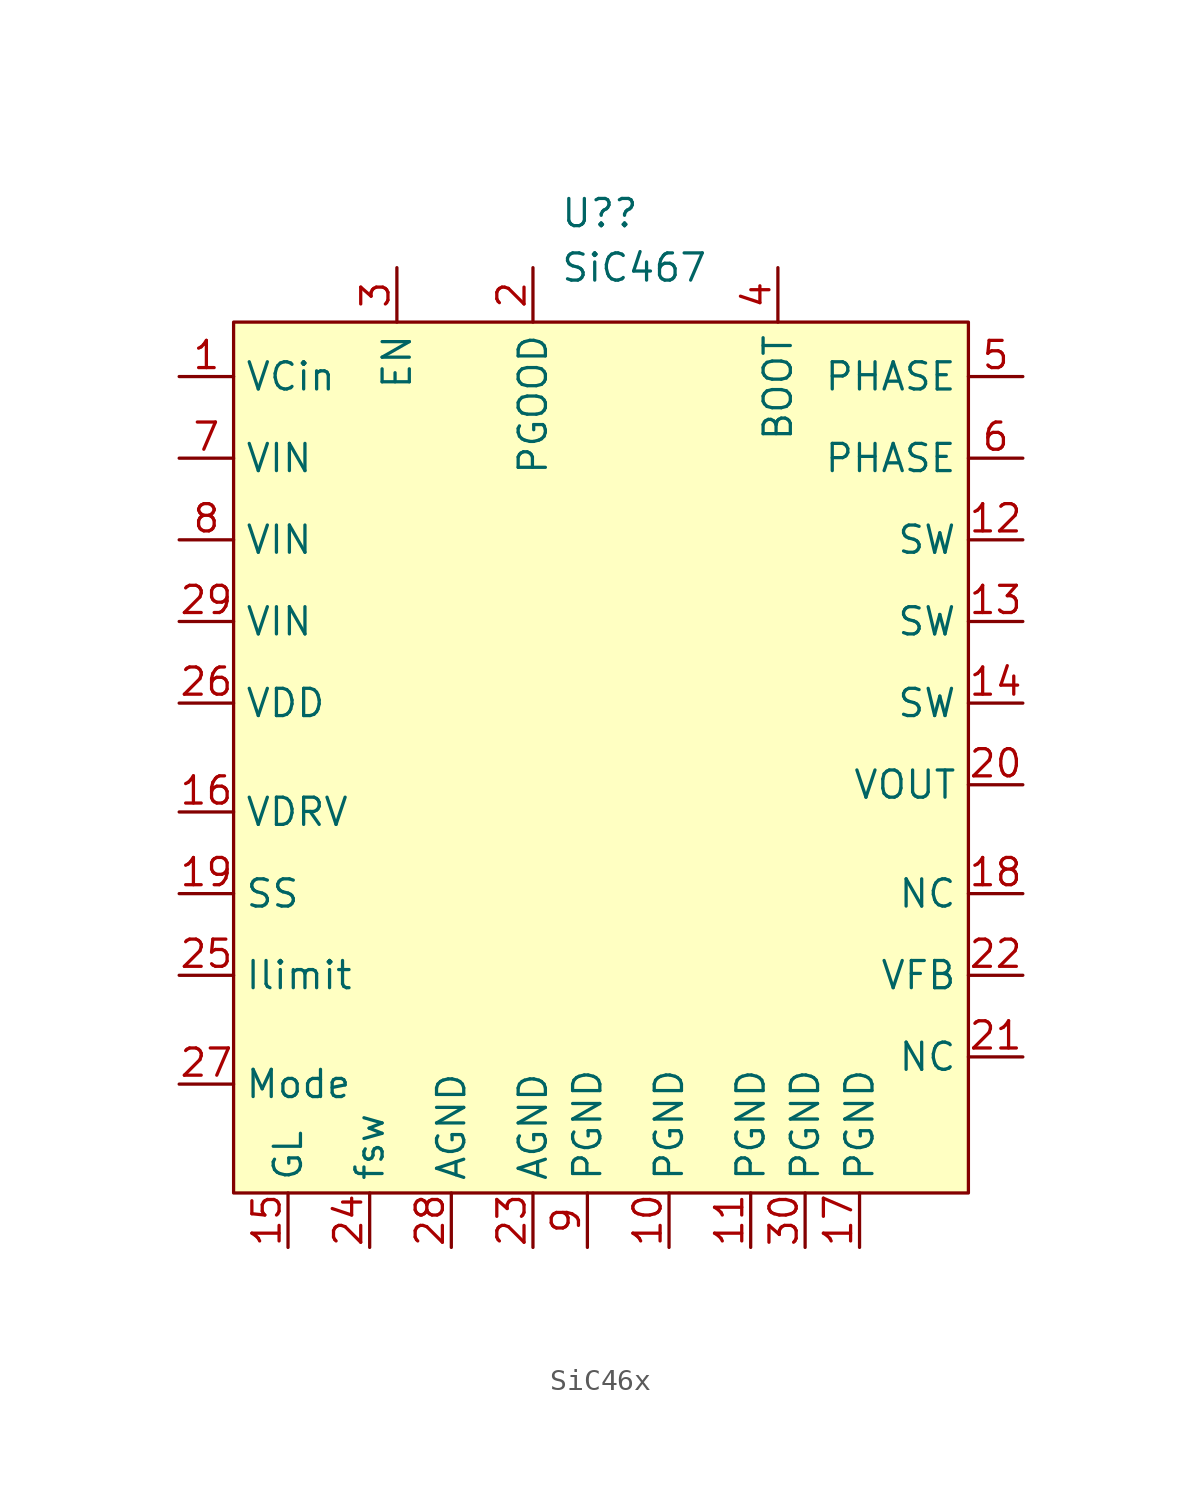
<source format=kicad_sym>
(kicad_symbol_lib
  (version 20220914)
  (generator kicad_symbol_editor)
  (symbol "SiC46x"
    (property "Reference" "U?"
      (at 7.62 1.27 0)
      (effects (font (size 1.27 1.27)) (justify left)))
    (property "Value" "SiC467"
      (at 7.62 -1.27 0)
      (effects (font (size 1.27 1.27)) (justify left)))
    (symbol "SiC46x_0_1"
      (rectangle (start -7.62 -3.81) (end 26.67 -44.45) (stroke (width 0) (type default)) (fill (type background))))
    (symbol "SiC46x_1_1"
      (pin unspecified line (at -10.16 -6.35 0) (length 2.54) (name "VCin" (effects (font (size 1.27 1.27)))) (number "1" (effects (font (size 1.27 1.27)))))
      (pin unspecified line (at 12.7 -46.99 90) (length 2.54) (name "PGND" (effects (font (size 1.27 1.27)))) (number "10" (effects (font (size 1.27 1.27)))))
      (pin unspecified line (at 16.51 -46.99 90) (length 2.54) (name "PGND" (effects (font (size 1.27 1.27)))) (number "11" (effects (font (size 1.27 1.27)))))
      (pin unspecified line (at 29.21 -13.97 180) (length 2.54) (name "SW" (effects (font (size 1.27 1.27)))) (number "12" (effects (font (size 1.27 1.27)))))
      (pin unspecified line (at 29.21 -17.78 180) (length 2.54) (name "SW" (effects (font (size 1.27 1.27)))) (number "13" (effects (font (size 1.27 1.27)))))
      (pin unspecified line (at 29.21 -21.59 180) (length 2.54) (name "SW" (effects (font (size 1.27 1.27)))) (number "14" (effects (font (size 1.27 1.27)))))
      (pin unspecified line (at -5.08 -46.99 90) (length 2.54) (name "GL" (effects (font (size 1.27 1.27)))) (number "15" (effects (font (size 1.27 1.27)))))
      (pin unspecified line (at -10.16 -26.67 0) (length 2.54) (name "VDRV" (effects (font (size 1.27 1.27)))) (number "16" (effects (font (size 1.27 1.27)))))
      (pin unspecified line (at 21.59 -46.99 90) (length 2.54) (name "PGND" (effects (font (size 1.27 1.27)))) (number "17" (effects (font (size 1.27 1.27)))))
      (pin unspecified line (at 29.21 -30.48 180) (length 2.54) (name "NC" (effects (font (size 1.27 1.27)))) (number "18" (effects (font (size 1.27 1.27)))))
      (pin unspecified line (at -10.16 -30.48 0) (length 2.54) (name "SS" (effects (font (size 1.27 1.27)))) (number "19" (effects (font (size 1.27 1.27)))))
      (pin unspecified line (at 6.35 -1.27 270) (length 2.54) (name "PGOOD" (effects (font (size 1.27 1.27)))) (number "2" (effects (font (size 1.27 1.27)))))
      (pin unspecified line (at 29.21 -25.4 180) (length 2.54) (name "VOUT" (effects (font (size 1.27 1.27)))) (number "20" (effects (font (size 1.27 1.27)))))
      (pin unspecified line (at 29.21 -38.1 180) (length 2.54) (name "NC" (effects (font (size 1.27 1.27)))) (number "21" (effects (font (size 1.27 1.27)))))
      (pin unspecified line (at 29.21 -34.29 180) (length 2.54) (name "VFB" (effects (font (size 1.27 1.27)))) (number "22" (effects (font (size 1.27 1.27)))))
      (pin unspecified line (at 6.35 -46.99 90) (length 2.54) (name "AGND" (effects (font (size 1.27 1.27)))) (number "23" (effects (font (size 1.27 1.27)))))
      (pin unspecified line (at -1.27 -46.99 90) (length 2.54) (name "fsw" (effects (font (size 1.27 1.27)))) (number "24" (effects (font (size 1.27 1.27)))))
      (pin unspecified line (at -10.16 -34.29 0) (length 2.54) (name "Ilimit" (effects (font (size 1.27 1.27)))) (number "25" (effects (font (size 1.27 1.27)))))
      (pin unspecified line (at -10.16 -21.59 0) (length 2.54) (name "VDD" (effects (font (size 1.27 1.27)))) (number "26" (effects (font (size 1.27 1.27)))))
      (pin unspecified line (at -10.16 -39.37 0) (length 2.54) (name "Mode" (effects (font (size 1.27 1.27)))) (number "27" (effects (font (size 1.27 1.27)))))
      (pin unspecified line (at 2.54 -46.99 90) (length 2.54) (name "AGND" (effects (font (size 1.27 1.27)))) (number "28" (effects (font (size 1.27 1.27)))))
      (pin unspecified line (at -10.16 -17.78 0) (length 2.54) (name "VIN" (effects (font (size 1.27 1.27)))) (number "29" (effects (font (size 1.27 1.27)))))
      (pin unspecified line (at 0 -1.27 270) (length 2.54) (name "EN" (effects (font (size 1.27 1.27)))) (number "3" (effects (font (size 1.27 1.27)))))
      (pin unspecified line (at 19.05 -46.99 90) (length 2.54) (name "PGND" (effects (font (size 1.27 1.27)))) (number "30" (effects (font (size 1.27 1.27)))))
      (pin unspecified line (at 17.78 -1.27 270) (length 2.54) (name "BOOT" (effects (font (size 1.27 1.27)))) (number "4" (effects (font (size 1.27 1.27)))))
      (pin unspecified line (at 29.21 -6.35 180) (length 2.54) (name "PHASE" (effects (font (size 1.27 1.27)))) (number "5" (effects (font (size 1.27 1.27)))))
      (pin unspecified line (at 29.21 -10.16 180) (length 2.54) (name "PHASE" (effects (font (size 1.27 1.27)))) (number "6" (effects (font (size 1.27 1.27)))))
      (pin unspecified line (at -10.16 -10.16 0) (length 2.54) (name "VIN" (effects (font (size 1.27 1.27)))) (number "7" (effects (font (size 1.27 1.27)))))
      (pin unspecified line (at -10.16 -13.97 0) (length 2.54) (name "VIN" (effects (font (size 1.27 1.27)))) (number "8" (effects (font (size 1.27 1.27)))))
      (pin unspecified line (at 8.89 -46.99 90) (length 2.54) (name "PGND" (effects (font (size 1.27 1.27)))) (number "9" (effects (font (size 1.27 1.27))))))))
</source>
